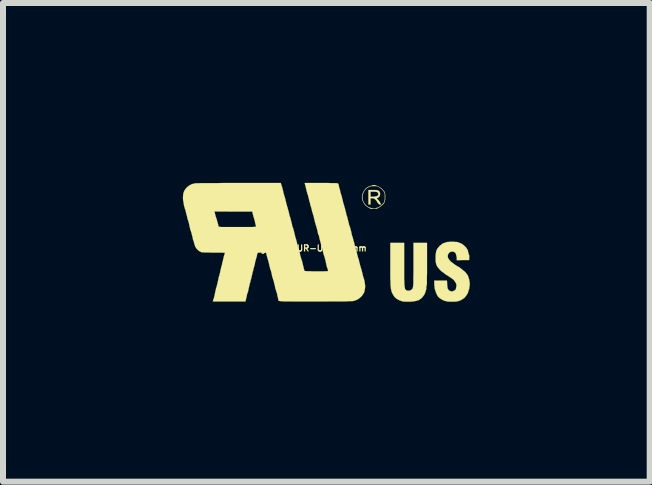
<source format=kicad_pcb>
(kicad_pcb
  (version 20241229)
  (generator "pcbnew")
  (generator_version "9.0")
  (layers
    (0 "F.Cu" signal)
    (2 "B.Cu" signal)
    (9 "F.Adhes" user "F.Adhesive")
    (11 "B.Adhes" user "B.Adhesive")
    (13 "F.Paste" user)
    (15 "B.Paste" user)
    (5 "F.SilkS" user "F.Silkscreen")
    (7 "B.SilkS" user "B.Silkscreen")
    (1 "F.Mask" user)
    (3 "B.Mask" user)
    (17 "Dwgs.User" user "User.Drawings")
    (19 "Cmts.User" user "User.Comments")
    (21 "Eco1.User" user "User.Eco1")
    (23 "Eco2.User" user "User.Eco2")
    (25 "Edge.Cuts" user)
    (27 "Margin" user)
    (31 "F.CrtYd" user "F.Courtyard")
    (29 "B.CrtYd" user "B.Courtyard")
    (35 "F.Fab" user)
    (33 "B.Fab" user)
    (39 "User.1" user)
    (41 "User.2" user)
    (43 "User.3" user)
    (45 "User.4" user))
  (footprint "Logo_silk_UR-US_5x2mm"
    (layer "F.Cu")
    (at 2.389 0.989)
    (property "Reference" "Logo_silk_UR-US_5x2mm" (at -0.3 0.1 0) (layer "F.SilkS") (effects (font (size 0.102 0.102) (thickness 0.02))))
    (attr through_hole)
    (fp_poly (pts (xy 0.917 -0.635) (xy 0.914 -0.63) (xy 0.902 -0.63) (xy 0.889 -0.63) (xy 0.876 -0.638) (xy 0.874 -0.64) (xy 0.864 -0.653) (xy 0.853 -0.665) (xy 0.846 -0.681) (xy 0.831 -0.699) (xy 0.823 -0.709) (xy 0.808 -0.721) (xy 0.795 -0.729) (xy 0.782 -0.732) (xy 0.77 -0.732) (xy 0.739 -0.732) (xy 0.739 -0.681) (xy 0.739 -0.63) (xy 0.721 -0.63) (xy 0.704 -0.63) (xy 0.704 -0.749) (xy 0.704 -0.871) (xy 0.775 -0.871) (xy 0.813 -0.871) (xy 0.841 -0.869) (xy 0.864 -0.864) (xy 0.879 -0.853) (xy 0.889 -0.843) (xy 0.892 -0.838) (xy 0.899 -0.81) (xy 0.897 -0.785) (xy 0.884 -0.759) (xy 0.871 -0.747) (xy 0.871 -0.798) (xy 0.866 -0.815) (xy 0.859 -0.828) (xy 0.851 -0.836) (xy 0.841 -0.838) (xy 0.831 -0.841) (xy 0.813 -0.843) (xy 0.79 -0.843) (xy 0.739 -0.843) (xy 0.739 -0.8) (xy 0.739 -0.759) (xy 0.785 -0.759) (xy 0.808 -0.762) (xy 0.828 -0.765) (xy 0.843 -0.767) (xy 0.864 -0.782) (xy 0.871 -0.798) (xy 0.871 -0.747) (xy 0.869 -0.747) (xy 0.856 -0.737) (xy 0.851 -0.737) (xy 0.846 -0.734) (xy 0.843 -0.732) (xy 0.848 -0.724) (xy 0.861 -0.711) (xy 0.864 -0.709) (xy 0.879 -0.691) (xy 0.892 -0.671) (xy 0.897 -0.663) (xy 0.904 -0.648) (xy 0.912 -0.64) (xy 0.917 -0.635)) (stroke (width 0.003) (type solid)) (fill yes) (layer "F.SilkS"))
    (fp_poly (pts (xy 1.681 0.366) (xy 1.681 0.447) (xy 1.681 0.518) (xy 1.679 0.579) (xy 1.679 0.627) (xy 1.679 0.665) (xy 1.679 0.696) (xy 1.676 0.714) (xy 1.674 0.724) (xy 1.671 0.732) (xy 1.669 0.747) (xy 1.669 0.752) (xy 1.669 0.77) (xy 1.669 0.782) (xy 1.669 0.785) (xy 1.664 0.795) (xy 1.659 0.813) (xy 1.654 0.831) (xy 1.638 0.871) (xy 1.61 0.909) (xy 1.59 0.932) (xy 1.577 0.942) (xy 1.57 0.947) (xy 1.562 0.95) (xy 1.557 0.955) (xy 1.549 0.963) (xy 1.532 0.968) (xy 1.511 0.975) (xy 1.506 0.975) (xy 1.478 0.983) (xy 1.44 0.988) (xy 1.4 0.991) (xy 1.356 0.991) (xy 1.316 0.991) (xy 1.283 0.988) (xy 1.28 0.988) (xy 1.247 0.978) (xy 1.214 0.965) (xy 1.181 0.947) (xy 1.158 0.93) (xy 1.135 0.907) (xy 1.115 0.874) (xy 1.097 0.841) (xy 1.087 0.815) (xy 1.085 0.798) (xy 1.079 0.777) (xy 1.077 0.752) (xy 1.074 0.724) (xy 1.072 0.688) (xy 1.072 0.648) (xy 1.069 0.602) (xy 1.069 0.546) (xy 1.069 0.48) (xy 1.069 0.406) (xy 1.069 0.333) (xy 1.069 0.01) (xy 1.184 0.01) (xy 1.3 0.01) (xy 1.3 0.351) (xy 1.3 0.432) (xy 1.3 0.503) (xy 1.3 0.564) (xy 1.3 0.615) (xy 1.303 0.658) (xy 1.303 0.693) (xy 1.306 0.721) (xy 1.308 0.744) (xy 1.311 0.762) (xy 1.313 0.772) (xy 1.316 0.782) (xy 1.318 0.782) (xy 1.333 0.8) (xy 1.356 0.808) (xy 1.379 0.808) (xy 1.405 0.803) (xy 1.425 0.787) (xy 1.427 0.787) (xy 1.438 0.775) (xy 1.443 0.762) (xy 1.448 0.742) (xy 1.45 0.729) (xy 1.45 0.716) (xy 1.453 0.693) (xy 1.453 0.66) (xy 1.453 0.62) (xy 1.453 0.572) (xy 1.455 0.518) (xy 1.455 0.46) (xy 1.455 0.399) (xy 1.455 0.351) (xy 1.455 0.01) (xy 1.567 0.01) (xy 1.681 0.01) (xy 1.681 0.366)) (stroke (width 0.003) (type solid)) (fill yes) (layer "F.SilkS"))
    (fp_poly (pts (xy 0.983 -0.754) (xy 0.983 -0.716) (xy 0.978 -0.686) (xy 0.978 -0.749) (xy 0.978 -0.752) (xy 0.978 -0.782) (xy 0.978 -0.803) (xy 0.975 -0.815) (xy 0.97 -0.828) (xy 0.965 -0.841) (xy 0.963 -0.843) (xy 0.945 -0.866) (xy 0.922 -0.889) (xy 0.894 -0.912) (xy 0.869 -0.927) (xy 0.866 -0.93) (xy 0.843 -0.935) (xy 0.813 -0.937) (xy 0.78 -0.937) (xy 0.747 -0.935) (xy 0.719 -0.927) (xy 0.714 -0.925) (xy 0.676 -0.902) (xy 0.645 -0.871) (xy 0.622 -0.831) (xy 0.607 -0.787) (xy 0.602 -0.747) (xy 0.61 -0.706) (xy 0.625 -0.665) (xy 0.65 -0.63) (xy 0.66 -0.617) (xy 0.678 -0.602) (xy 0.701 -0.587) (xy 0.724 -0.577) (xy 0.742 -0.572) (xy 0.747 -0.572) (xy 0.759 -0.569) (xy 0.765 -0.564) (xy 0.772 -0.561) (xy 0.787 -0.559) (xy 0.792 -0.559) (xy 0.81 -0.561) (xy 0.82 -0.564) (xy 0.823 -0.564) (xy 0.831 -0.569) (xy 0.838 -0.572) (xy 0.859 -0.577) (xy 0.881 -0.587) (xy 0.907 -0.605) (xy 0.93 -0.625) (xy 0.95 -0.648) (xy 0.963 -0.663) (xy 0.97 -0.676) (xy 0.973 -0.688) (xy 0.975 -0.701) (xy 0.978 -0.721) (xy 0.978 -0.749) (xy 0.978 -0.686) (xy 0.968 -0.66) (xy 0.953 -0.638) (xy 0.93 -0.615) (xy 0.899 -0.592) (xy 0.892 -0.587) (xy 0.869 -0.574) (xy 0.853 -0.564) (xy 0.838 -0.559) (xy 0.82 -0.559) (xy 0.808 -0.556) (xy 0.785 -0.556) (xy 0.765 -0.556) (xy 0.752 -0.556) (xy 0.749 -0.556) (xy 0.732 -0.564) (xy 0.706 -0.577) (xy 0.681 -0.594) (xy 0.658 -0.612) (xy 0.65 -0.62) (xy 0.63 -0.648) (xy 0.612 -0.683) (xy 0.599 -0.721) (xy 0.597 -0.734) (xy 0.597 -0.77) (xy 0.607 -0.81) (xy 0.625 -0.848) (xy 0.648 -0.881) (xy 0.658 -0.894) (xy 0.681 -0.912) (xy 0.706 -0.927) (xy 0.729 -0.937) (xy 0.749 -0.94) (xy 0.759 -0.942) (xy 0.765 -0.947) (xy 0.772 -0.95) (xy 0.787 -0.953) (xy 0.805 -0.953) (xy 0.82 -0.95) (xy 0.823 -0.947) (xy 0.836 -0.942) (xy 0.853 -0.937) (xy 0.856 -0.935) (xy 0.876 -0.927) (xy 0.899 -0.912) (xy 0.925 -0.894) (xy 0.947 -0.871) (xy 0.965 -0.851) (xy 0.97 -0.841) (xy 0.978 -0.828) (xy 0.98 -0.813) (xy 0.983 -0.795) (xy 0.983 -0.77) (xy 0.983 -0.754)) (stroke (width 0.003) (type solid)) (fill yes) (layer "F.SilkS"))
    (fp_poly (pts (xy 2.393 0.709) (xy 2.39 0.729) (xy 2.39 0.744) (xy 2.388 0.752) (xy 2.385 0.759) (xy 2.385 0.77) (xy 2.385 0.782) (xy 2.38 0.787) (xy 2.375 0.795) (xy 2.375 0.803) (xy 2.372 0.813) (xy 2.367 0.831) (xy 2.362 0.846) (xy 2.352 0.864) (xy 2.339 0.884) (xy 2.324 0.904) (xy 2.309 0.922) (xy 2.296 0.935) (xy 2.286 0.94) (xy 2.283 0.94) (xy 2.276 0.945) (xy 2.271 0.95) (xy 2.266 0.955) (xy 2.25 0.963) (xy 2.23 0.973) (xy 2.228 0.973) (xy 2.207 0.98) (xy 2.189 0.986) (xy 2.167 0.988) (xy 2.141 0.991) (xy 2.113 0.991) (xy 2.083 0.991) (xy 2.055 0.991) (xy 2.032 0.988) (xy 2.017 0.988) (xy 1.963 0.973) (xy 1.918 0.95) (xy 1.88 0.922) (xy 1.864 0.904) (xy 1.852 0.886) (xy 1.841 0.864) (xy 1.831 0.841) (xy 1.824 0.818) (xy 1.819 0.803) (xy 1.816 0.792) (xy 1.814 0.79) (xy 1.811 0.782) (xy 1.808 0.767) (xy 1.806 0.739) (xy 1.803 0.714) (xy 1.801 0.64) (xy 1.908 0.64) (xy 2.014 0.64) (xy 2.017 0.701) (xy 2.019 0.726) (xy 2.022 0.749) (xy 2.024 0.767) (xy 2.027 0.775) (xy 2.037 0.79) (xy 2.047 0.803) (xy 2.057 0.81) (xy 2.062 0.81) (xy 2.07 0.813) (xy 2.078 0.818) (xy 2.09 0.82) (xy 2.106 0.818) (xy 2.116 0.818) (xy 2.121 0.813) (xy 2.126 0.808) (xy 2.134 0.805) (xy 2.149 0.798) (xy 2.159 0.787) (xy 2.164 0.767) (xy 2.169 0.744) (xy 2.172 0.719) (xy 2.169 0.696) (xy 2.167 0.693) (xy 2.162 0.681) (xy 2.151 0.663) (xy 2.139 0.645) (xy 2.126 0.63) (xy 2.113 0.617) (xy 2.108 0.612) (xy 2.101 0.61) (xy 2.088 0.599) (xy 2.07 0.587) (xy 2.057 0.579) (xy 2.037 0.564) (xy 2.014 0.551) (xy 1.999 0.541) (xy 1.994 0.538) (xy 1.979 0.528) (xy 1.971 0.518) (xy 1.968 0.518) (xy 1.961 0.511) (xy 1.956 0.508) (xy 1.948 0.503) (xy 1.933 0.493) (xy 1.915 0.478) (xy 1.897 0.46) (xy 1.877 0.437) (xy 1.862 0.419) (xy 1.852 0.406) (xy 1.844 0.389) (xy 1.836 0.371) (xy 1.831 0.351) (xy 1.826 0.33) (xy 1.824 0.307) (xy 1.824 0.279) (xy 1.824 0.262) (xy 1.824 0.216) (xy 1.829 0.18) (xy 1.834 0.15) (xy 1.847 0.119) (xy 1.849 0.114) (xy 1.859 0.099) (xy 1.877 0.079) (xy 1.895 0.058) (xy 1.918 0.041) (xy 1.935 0.025) (xy 1.951 0.018) (xy 1.966 0.013) (xy 1.979 0.008) (xy 1.991 0.003) (xy 1.996 0.003) (xy 2.007 0) (xy 2.014 -0.003) (xy 2.024 -0.005) (xy 2.045 -0.005) (xy 2.07 -0.008) (xy 2.098 -0.008) (xy 2.126 -0.008) (xy 2.151 -0.005) (xy 2.174 -0.005) (xy 2.184 -0.003) (xy 2.187 -0.003) (xy 2.197 0) (xy 2.202 0.003) (xy 2.212 0.005) (xy 2.23 0.013) (xy 2.248 0.02) (xy 2.261 0.025) (xy 2.276 0.036) (xy 2.296 0.053) (xy 2.319 0.074) (xy 2.337 0.094) (xy 2.349 0.114) (xy 2.352 0.117) (xy 2.36 0.132) (xy 2.365 0.155) (xy 2.37 0.173) (xy 2.375 0.193) (xy 2.377 0.206) (xy 2.383 0.213) (xy 2.385 0.221) (xy 2.385 0.236) (xy 2.385 0.257) (xy 2.383 0.297) (xy 2.281 0.297) (xy 2.177 0.3) (xy 2.177 0.269) (xy 2.174 0.244) (xy 2.169 0.218) (xy 2.167 0.208) (xy 2.159 0.188) (xy 2.151 0.175) (xy 2.139 0.165) (xy 2.108 0.155) (xy 2.083 0.157) (xy 2.06 0.168) (xy 2.042 0.185) (xy 2.029 0.211) (xy 2.027 0.234) (xy 2.029 0.254) (xy 2.04 0.277) (xy 2.055 0.297) (xy 2.078 0.323) (xy 2.111 0.348) (xy 2.149 0.376) (xy 2.169 0.389) (xy 2.184 0.399) (xy 2.192 0.404) (xy 2.195 0.404) (xy 2.202 0.406) (xy 2.217 0.417) (xy 2.235 0.429) (xy 2.258 0.447) (xy 2.278 0.465) (xy 2.299 0.48) (xy 2.316 0.495) (xy 2.319 0.498) (xy 2.337 0.521) (xy 2.352 0.541) (xy 2.365 0.561) (xy 2.37 0.577) (xy 2.37 0.579) (xy 2.372 0.587) (xy 2.377 0.602) (xy 2.383 0.617) (xy 2.385 0.63) (xy 2.385 0.64) (xy 2.388 0.643) (xy 2.39 0.65) (xy 2.39 0.665) (xy 2.393 0.686) (xy 2.393 0.709)) (stroke (width 0.003) (type solid)) (fill yes) (layer "F.SilkS"))
    (fp_poly (pts (xy 0.65 0.732) (xy 0.645 0.782) (xy 0.635 0.831) (xy 0.622 0.856) (xy 0.594 0.897) (xy 0.556 0.932) (xy 0.516 0.958) (xy 0.47 0.975) (xy 0.447 0.98) (xy 0.434 0.983) (xy 0.411 0.983) (xy 0.378 0.983) (xy 0.338 0.986) (xy 0.284 0.986) (xy 0.224 0.986) (xy 0.155 0.986) (xy 0.079 0.986) (xy -0.003 0.988) (xy -0.094 0.988) (xy -0.183 0.988) (xy -0.279 0.988) (xy -0.366 0.988) (xy -0.442 0.988) (xy -0.511 0.988) (xy -0.566 0.988) (xy -0.617 0.986) (xy -0.658 0.986) (xy -0.693 0.986) (xy -0.721 0.986) (xy -0.744 0.983) (xy -0.762 0.983) (xy -0.775 0.98) (xy -0.785 0.978) (xy -0.79 0.978) (xy -0.795 0.975) (xy -0.795 0.973) (xy -0.798 0.968) (xy -0.798 0.965) (xy -0.798 0.955) (xy -0.803 0.935) (xy -0.808 0.912) (xy -0.815 0.884) (xy -0.82 0.856) (xy -0.828 0.831) (xy -0.836 0.808) (xy -0.838 0.795) (xy -0.841 0.792) (xy -0.846 0.78) (xy -0.848 0.77) (xy -0.848 0.767) (xy -0.851 0.759) (xy -0.853 0.742) (xy -0.859 0.716) (xy -0.866 0.691) (xy -0.871 0.668) (xy -0.876 0.645) (xy -0.881 0.63) (xy -0.884 0.625) (xy -0.886 0.615) (xy -0.894 0.592) (xy -0.902 0.564) (xy -0.909 0.528) (xy -0.917 0.49) (xy -0.919 0.488) (xy -0.922 0.47) (xy -0.927 0.46) (xy -0.93 0.455) (xy -0.935 0.45) (xy -0.935 0.445) (xy -0.935 0.432) (xy -0.937 0.427) (xy -0.94 0.417) (xy -0.945 0.401) (xy -0.95 0.376) (xy -0.955 0.351) (xy -0.963 0.325) (xy -0.968 0.302) (xy -0.973 0.284) (xy -0.978 0.277) (xy -0.98 0.269) (xy -0.978 0.267) (xy -0.978 0.259) (xy -0.98 0.259) (xy -0.983 0.251) (xy -0.988 0.236) (xy -0.993 0.218) (xy -0.993 0.216) (xy -1.003 0.175) (xy -1.072 0.173) (xy -1.102 0.173) (xy -1.123 0.173) (xy -1.135 0.175) (xy -1.143 0.18) (xy -1.148 0.191) (xy -1.153 0.208) (xy -1.156 0.226) (xy -1.161 0.246) (xy -1.163 0.259) (xy -1.166 0.262) (xy -1.166 -0.257) (xy -1.171 -0.264) (xy -1.173 -0.269) (xy -1.173 -0.279) (xy -1.179 -0.297) (xy -1.184 -0.32) (xy -1.189 -0.348) (xy -1.196 -0.373) (xy -1.204 -0.399) (xy -1.209 -0.417) (xy -1.212 -0.429) (xy -1.214 -0.429) (xy -1.217 -0.442) (xy -1.217 -0.447) (xy -1.217 -0.455) (xy -1.222 -0.46) (xy -1.224 -0.472) (xy -1.227 -0.483) (xy -1.232 -0.511) (xy -1.549 -0.511) (xy -1.864 -0.513) (xy -1.849 -0.457) (xy -1.844 -0.432) (xy -1.836 -0.414) (xy -1.834 -0.401) (xy -1.831 -0.399) (xy -1.829 -0.391) (xy -1.824 -0.376) (xy -1.821 -0.363) (xy -1.814 -0.338) (xy -1.806 -0.31) (xy -1.803 -0.3) (xy -1.798 -0.279) (xy -1.796 -0.267) (xy -1.793 -0.259) (xy -1.791 -0.259) (xy -1.783 -0.257) (xy -1.768 -0.257) (xy -1.75 -0.254) (xy -1.722 -0.254) (xy -1.687 -0.254) (xy -1.641 -0.254) (xy -1.587 -0.254) (xy -1.524 -0.254) (xy -1.473 -0.254) (xy -1.415 -0.254) (xy -1.361 -0.254) (xy -1.311 -0.254) (xy -1.265 -0.254) (xy -1.227 -0.254) (xy -1.199 -0.257) (xy -1.176 -0.257) (xy -1.166 -0.257) (xy -1.166 0.262) (xy -1.166 0.264) (xy -1.168 0.272) (xy -1.173 0.287) (xy -1.179 0.31) (xy -1.186 0.338) (xy -1.189 0.358) (xy -1.196 0.389) (xy -1.204 0.414) (xy -1.209 0.434) (xy -1.214 0.447) (xy -1.214 0.45) (xy -1.217 0.457) (xy -1.217 0.462) (xy -1.217 0.472) (xy -1.219 0.478) (xy -1.222 0.483) (xy -1.227 0.5) (xy -1.232 0.523) (xy -1.237 0.551) (xy -1.24 0.554) (xy -1.245 0.582) (xy -1.25 0.605) (xy -1.255 0.622) (xy -1.26 0.63) (xy -1.262 0.64) (xy -1.26 0.645) (xy -1.262 0.655) (xy -1.262 0.66) (xy -1.267 0.668) (xy -1.273 0.683) (xy -1.278 0.709) (xy -1.285 0.737) (xy -1.288 0.749) (xy -1.295 0.78) (xy -1.3 0.808) (xy -1.306 0.831) (xy -1.311 0.843) (xy -1.311 0.846) (xy -1.316 0.856) (xy -1.321 0.874) (xy -1.326 0.899) (xy -1.328 0.909) (xy -1.333 0.935) (xy -1.339 0.955) (xy -1.341 0.97) (xy -1.344 0.975) (xy -1.346 0.988) (xy -1.618 0.988) (xy -1.89 0.988) (xy -1.885 0.968) (xy -1.882 0.953) (xy -1.877 0.945) (xy -1.875 0.937) (xy -1.869 0.919) (xy -1.864 0.897) (xy -1.857 0.866) (xy -1.852 0.836) (xy -1.844 0.803) (xy -1.839 0.78) (xy -1.836 0.765) (xy -1.831 0.754) (xy -1.831 0.752) (xy -1.829 0.747) (xy -1.824 0.729) (xy -1.819 0.706) (xy -1.811 0.676) (xy -1.808 0.66) (xy -1.801 0.63) (xy -1.796 0.602) (xy -1.791 0.579) (xy -1.786 0.566) (xy -1.786 0.561) (xy -1.781 0.554) (xy -1.778 0.533) (xy -1.77 0.508) (xy -1.765 0.48) (xy -1.763 0.467) (xy -1.755 0.437) (xy -1.748 0.409) (xy -1.742 0.386) (xy -1.737 0.373) (xy -1.737 0.371) (xy -1.735 0.358) (xy -1.735 0.353) (xy -1.735 0.345) (xy -1.732 0.343) (xy -1.73 0.335) (xy -1.725 0.318) (xy -1.72 0.295) (xy -1.714 0.267) (xy -1.712 0.264) (xy -1.707 0.236) (xy -1.699 0.213) (xy -1.694 0.196) (xy -1.692 0.185) (xy -1.689 0.178) (xy -1.692 0.175) (xy -1.697 0.175) (xy -1.714 0.175) (xy -1.74 0.173) (xy -1.77 0.173) (xy -1.811 0.173) (xy -1.852 0.173) (xy -1.869 0.173) (xy -1.915 0.173) (xy -1.958 0.17) (xy -1.996 0.17) (xy -2.029 0.17) (xy -2.055 0.168) (xy -2.07 0.168) (xy -2.073 0.168) (xy -2.106 0.155) (xy -2.134 0.135) (xy -2.162 0.107) (xy -2.182 0.076) (xy -2.195 0.041) (xy -2.197 0.028) (xy -2.202 0.013) (xy -2.205 0.003) (xy -2.207 0.003) (xy -2.21 -0.003) (xy -2.207 -0.01) (xy -2.207 -0.02) (xy -2.212 -0.023) (xy -2.215 -0.028) (xy -2.22 -0.038) (xy -2.22 -0.041) (xy -2.225 -0.064) (xy -2.23 -0.091) (xy -2.238 -0.119) (xy -2.245 -0.145) (xy -2.25 -0.168) (xy -2.256 -0.183) (xy -2.258 -0.191) (xy -2.263 -0.201) (xy -2.268 -0.216) (xy -2.268 -0.218) (xy -2.273 -0.246) (xy -2.281 -0.274) (xy -2.286 -0.305) (xy -2.294 -0.333) (xy -2.299 -0.353) (xy -2.304 -0.368) (xy -2.306 -0.371) (xy -2.309 -0.381) (xy -2.314 -0.399) (xy -2.319 -0.424) (xy -2.327 -0.455) (xy -2.329 -0.462) (xy -2.337 -0.49) (xy -2.342 -0.518) (xy -2.349 -0.541) (xy -2.355 -0.554) (xy -2.355 -0.556) (xy -2.362 -0.582) (xy -2.372 -0.615) (xy -2.377 -0.653) (xy -2.385 -0.693) (xy -2.388 -0.729) (xy -2.388 -0.749) (xy -2.385 -0.798) (xy -2.375 -0.838) (xy -2.357 -0.874) (xy -2.329 -0.909) (xy -2.324 -0.914) (xy -2.286 -0.945) (xy -2.243 -0.968) (xy -2.195 -0.98) (xy -2.192 -0.98) (xy -2.182 -0.983) (xy -2.159 -0.983) (xy -2.126 -0.983) (xy -2.083 -0.986) (xy -2.027 -0.986) (xy -1.963 -0.986) (xy -1.89 -0.986) (xy -1.808 -0.986) (xy -1.72 -0.988) (xy -1.621 -0.988) (xy -1.514 -0.988) (xy -1.458 -0.988) (xy -0.757 -0.988) (xy -0.752 -0.97) (xy -0.749 -0.958) (xy -0.744 -0.95) (xy -0.742 -0.94) (xy -0.742 -0.937) (xy -0.739 -0.927) (xy -0.737 -0.925) (xy -0.734 -0.914) (xy -0.729 -0.897) (xy -0.724 -0.874) (xy -0.716 -0.846) (xy -0.716 -0.841) (xy -0.709 -0.81) (xy -0.701 -0.785) (xy -0.696 -0.765) (xy -0.693 -0.754) (xy -0.693 -0.752) (xy -0.688 -0.744) (xy -0.683 -0.724) (xy -0.678 -0.701) (xy -0.671 -0.671) (xy -0.668 -0.665) (xy -0.663 -0.638) (xy -0.655 -0.612) (xy -0.65 -0.592) (xy -0.645 -0.582) (xy -0.645 -0.579) (xy -0.643 -0.569) (xy -0.638 -0.551) (xy -0.63 -0.526) (xy -0.625 -0.498) (xy -0.622 -0.495) (xy -0.617 -0.467) (xy -0.61 -0.442) (xy -0.605 -0.424) (xy -0.599 -0.411) (xy -0.597 -0.401) (xy -0.592 -0.384) (xy -0.587 -0.361) (xy -0.579 -0.335) (xy -0.574 -0.31) (xy -0.569 -0.29) (xy -0.566 -0.274) (xy -0.566 -0.269) (xy -0.564 -0.262) (xy -0.556 -0.246) (xy -0.551 -0.234) (xy -0.546 -0.211) (xy -0.538 -0.185) (xy -0.531 -0.155) (xy -0.531 -0.152) (xy -0.523 -0.124) (xy -0.518 -0.099) (xy -0.513 -0.079) (xy -0.511 -0.069) (xy -0.508 -0.069) (xy -0.505 -0.056) (xy -0.505 -0.053) (xy -0.5 -0.043) (xy -0.5 -0.038) (xy -0.498 -0.03) (xy -0.493 -0.013) (xy -0.488 0.008) (xy -0.483 0.03) (xy -0.475 0.056) (xy -0.47 0.079) (xy -0.465 0.097) (xy -0.462 0.102) (xy -0.46 0.114) (xy -0.46 0.119) (xy -0.457 0.124) (xy -0.455 0.127) (xy -0.45 0.13) (xy -0.45 0.135) (xy -0.447 0.145) (xy -0.445 0.163) (xy -0.439 0.185) (xy -0.434 0.213) (xy -0.427 0.239) (xy -0.419 0.264) (xy -0.414 0.282) (xy -0.411 0.295) (xy -0.409 0.297) (xy -0.406 0.305) (xy -0.401 0.32) (xy -0.396 0.343) (xy -0.389 0.373) (xy -0.386 0.386) (xy -0.378 0.417) (xy -0.373 0.442) (xy -0.366 0.462) (xy -0.363 0.475) (xy -0.361 0.478) (xy -0.358 0.48) (xy -0.348 0.48) (xy -0.33 0.483) (xy -0.305 0.483) (xy -0.272 0.483) (xy -0.231 0.485) (xy -0.178 0.485) (xy -0.16 0.485) (xy -0.107 0.485) (xy -0.064 0.485) (xy -0.03 0.485) (xy -0.008 0.483) (xy 0.008 0.483) (xy 0.02 0.483) (xy 0.028 0.48) (xy 0.03 0.478) (xy 0.03 0.475) (xy 0.028 0.462) (xy 0.025 0.447) (xy 0.02 0.432) (xy 0.015 0.424) (xy 0.013 0.417) (xy 0.008 0.399) (xy 0.003 0.376) (xy -0.003 0.348) (xy -0.005 0.34) (xy -0.01 0.31) (xy -0.018 0.284) (xy -0.023 0.267) (xy -0.025 0.254) (xy -0.03 0.241) (xy -0.03 0.239) (xy -0.033 0.229) (xy -0.038 0.216) (xy -0.043 0.203) (xy -0.046 0.196) (xy -0.046 0.185) (xy -0.051 0.168) (xy -0.056 0.145) (xy -0.061 0.119) (xy -0.069 0.094) (xy -0.074 0.074) (xy -0.079 0.058) (xy -0.079 0.053) (xy -0.084 0.043) (xy -0.089 0.025) (xy -0.094 0) (xy -0.102 -0.023) (xy -0.109 -0.051) (xy -0.114 -0.074) (xy -0.119 -0.094) (xy -0.119 -0.104) (xy -0.119 -0.107) (xy -0.122 -0.114) (xy -0.124 -0.114) (xy -0.127 -0.119) (xy -0.132 -0.132) (xy -0.137 -0.147) (xy -0.147 -0.196) (xy -0.157 -0.234) (xy -0.165 -0.262) (xy -0.17 -0.279) (xy -0.173 -0.284) (xy -0.175 -0.295) (xy -0.18 -0.312) (xy -0.188 -0.338) (xy -0.193 -0.366) (xy -0.196 -0.371) (xy -0.203 -0.401) (xy -0.208 -0.427) (xy -0.213 -0.447) (xy -0.218 -0.457) (xy -0.221 -0.467) (xy -0.226 -0.488) (xy -0.234 -0.511) (xy -0.241 -0.541) (xy -0.241 -0.544) (xy -0.249 -0.574) (xy -0.257 -0.597) (xy -0.262 -0.617) (xy -0.264 -0.627) (xy -0.267 -0.627) (xy -0.269 -0.638) (xy -0.269 -0.643) (xy -0.269 -0.653) (xy -0.269 -0.655) (xy -0.274 -0.663) (xy -0.279 -0.678) (xy -0.284 -0.701) (xy -0.29 -0.726) (xy -0.297 -0.754) (xy -0.302 -0.777) (xy -0.307 -0.792) (xy -0.31 -0.8) (xy -0.315 -0.81) (xy -0.318 -0.82) (xy -0.318 -0.826) (xy -0.32 -0.833) (xy -0.325 -0.851) (xy -0.33 -0.874) (xy -0.338 -0.902) (xy -0.343 -0.93) (xy -0.351 -0.955) (xy -0.356 -0.975) (xy -0.358 -0.988) (xy -0.081 -0.988) (xy -0.018 -0.988) (xy 0.033 -0.988) (xy 0.079 -0.986) (xy 0.114 -0.986) (xy 0.142 -0.986) (xy 0.163 -0.986) (xy 0.178 -0.983) (xy 0.188 -0.983) (xy 0.196 -0.98) (xy 0.198 -0.978) (xy 0.206 -0.968) (xy 0.206 -0.963) (xy 0.208 -0.95) (xy 0.208 -0.947) (xy 0.211 -0.937) (xy 0.216 -0.919) (xy 0.221 -0.897) (xy 0.229 -0.874) (xy 0.234 -0.848) (xy 0.239 -0.826) (xy 0.244 -0.81) (xy 0.246 -0.805) (xy 0.249 -0.795) (xy 0.249 -0.79) (xy 0.249 -0.78) (xy 0.251 -0.78) (xy 0.259 -0.775) (xy 0.259 -0.77) (xy 0.259 -0.759) (xy 0.264 -0.742) (xy 0.269 -0.719) (xy 0.277 -0.691) (xy 0.282 -0.665) (xy 0.29 -0.64) (xy 0.295 -0.62) (xy 0.3 -0.61) (xy 0.302 -0.599) (xy 0.307 -0.579) (xy 0.315 -0.556) (xy 0.32 -0.526) (xy 0.323 -0.521) (xy 0.33 -0.493) (xy 0.335 -0.467) (xy 0.34 -0.45) (xy 0.345 -0.439) (xy 0.345 -0.437) (xy 0.348 -0.429) (xy 0.353 -0.411) (xy 0.358 -0.386) (xy 0.366 -0.358) (xy 0.368 -0.348) (xy 0.376 -0.32) (xy 0.381 -0.295) (xy 0.386 -0.277) (xy 0.391 -0.267) (xy 0.391 -0.264) (xy 0.394 -0.259) (xy 0.399 -0.244) (xy 0.404 -0.224) (xy 0.411 -0.198) (xy 0.417 -0.175) (xy 0.422 -0.152) (xy 0.424 -0.135) (xy 0.427 -0.127) (xy 0.427 -0.124) (xy 0.429 -0.117) (xy 0.434 -0.102) (xy 0.439 -0.089) (xy 0.445 -0.069) (xy 0.452 -0.041) (xy 0.46 -0.01) (xy 0.465 0.003) (xy 0.472 0.033) (xy 0.478 0.061) (xy 0.485 0.081) (xy 0.488 0.097) (xy 0.49 0.099) (xy 0.493 0.109) (xy 0.498 0.127) (xy 0.505 0.152) (xy 0.513 0.18) (xy 0.513 0.188) (xy 0.521 0.216) (xy 0.526 0.241) (xy 0.533 0.262) (xy 0.536 0.272) (xy 0.536 0.274) (xy 0.541 0.282) (xy 0.546 0.302) (xy 0.551 0.328) (xy 0.559 0.356) (xy 0.559 0.358) (xy 0.566 0.386) (xy 0.574 0.411) (xy 0.579 0.429) (xy 0.582 0.439) (xy 0.582 0.442) (xy 0.584 0.45) (xy 0.592 0.47) (xy 0.597 0.495) (xy 0.605 0.523) (xy 0.607 0.531) (xy 0.612 0.559) (xy 0.62 0.584) (xy 0.625 0.602) (xy 0.63 0.615) (xy 0.632 0.622) (xy 0.638 0.64) (xy 0.64 0.663) (xy 0.643 0.676) (xy 0.65 0.732)) (stroke (width 0.003) (type solid)) (fill yes) (layer "F.SilkS")))
  (gr_rect
    (start -3 -3)
    (end 7.783 4.981)
    (stroke (width 0.1) (type default))
    (fill no)
    (layer "Edge.Cuts")))
</source>
